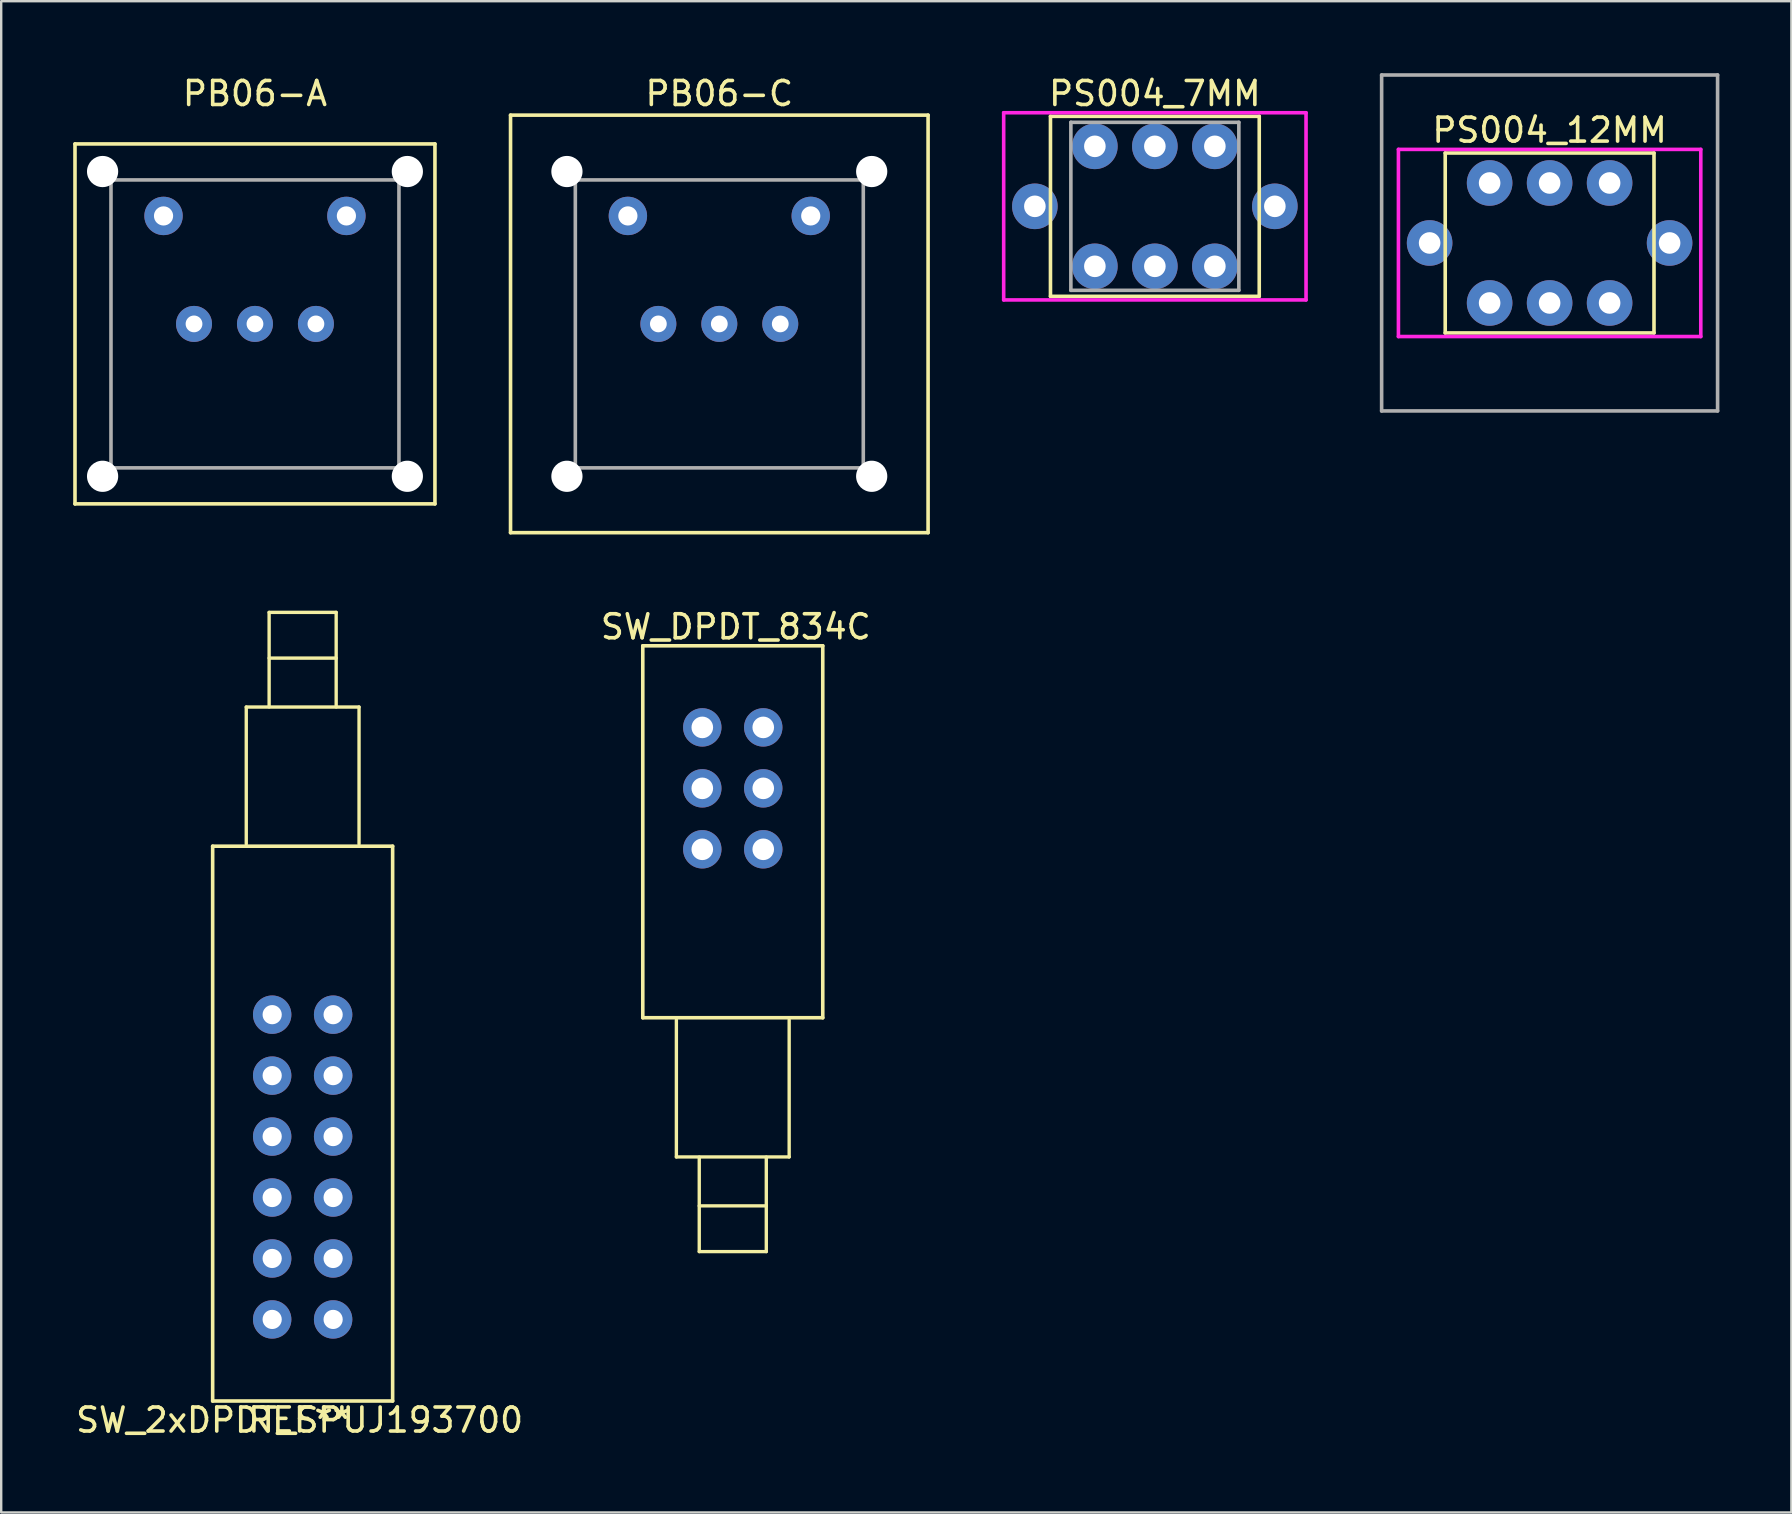
<source format=kicad_pcb>
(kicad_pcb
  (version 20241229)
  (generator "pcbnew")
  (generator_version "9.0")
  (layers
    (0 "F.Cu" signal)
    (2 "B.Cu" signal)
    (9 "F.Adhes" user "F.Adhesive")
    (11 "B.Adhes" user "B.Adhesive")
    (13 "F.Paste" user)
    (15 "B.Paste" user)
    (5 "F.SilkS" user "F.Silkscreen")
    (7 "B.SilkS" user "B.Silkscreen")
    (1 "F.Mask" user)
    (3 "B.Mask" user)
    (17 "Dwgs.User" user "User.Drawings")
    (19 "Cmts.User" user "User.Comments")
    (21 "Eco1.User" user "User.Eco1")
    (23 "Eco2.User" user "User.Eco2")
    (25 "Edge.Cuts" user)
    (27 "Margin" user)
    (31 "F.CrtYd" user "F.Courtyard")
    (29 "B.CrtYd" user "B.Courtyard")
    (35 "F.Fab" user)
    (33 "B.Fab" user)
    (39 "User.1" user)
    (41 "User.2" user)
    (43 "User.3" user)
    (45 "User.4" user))
  (footprint "PB06-C"
    (layer "F.Cu")
    (at 26.925 10.448)
    (property "Reference" "PB06-C" (at 0 -9.6 0) (layer "F.SilkS") (effects (font (size 1 1) (thickness 0.15))))
    (attr through_hole)
    (fp_line (start -8.7 -8.7) (end -8.7 8.7) (stroke (width 0.15) (type solid)) (layer "F.SilkS"))
    (fp_line (start -8.7 8.7) (end 8.7 8.7) (stroke (width 0.15) (type solid)) (layer "F.SilkS"))
    (fp_line (start 8.7 -8.7) (end -8.7 -8.7) (stroke (width 0.15) (type solid)) (layer "F.SilkS"))
    (fp_line (start 8.7 8.7) (end 8.7 -8.7) (stroke (width 0.15) (type solid)) (layer "F.SilkS"))
    (fp_line (start -6 -6) (end 6 -6) (stroke (width 0.15) (type solid)) (layer "F.Fab"))
    (fp_line (start -6 6) (end -6 -6) (stroke (width 0.15) (type solid)) (layer "F.Fab"))
    (fp_line (start 6 -6) (end 6 6) (stroke (width 0.15) (type solid)) (layer "F.Fab"))
    (fp_line (start 6 6) (end -6 6) (stroke (width 0.15) (type solid)) (layer "F.Fab"))
    (pad "" np_thru_hole circle (at -6.35 -6.35) (size 1.3 1.3) (drill 1.3) (layers "*.Cu" "*.Mask"))
    (pad "" np_thru_hole circle (at -6.35 6.35) (size 1.3 1.3) (drill 1.3) (layers "*.Cu" "*.Mask"))
    (pad "" np_thru_hole circle (at 6.35 -6.35) (size 1.3 1.3) (drill 1.3) (layers "*.Cu" "*.Mask"))
    (pad "" np_thru_hole circle (at 6.35 6.35) (size 1.3 1.3) (drill 1.3) (layers "*.Cu" "*.Mask"))
    (pad "1" thru_hole circle (at -3.81 -4.5) (size 1.6 1.6) (drill 0.8) (layers "*.Cu" "*.Mask"))
    (pad "2" thru_hole circle (at 3.81 -4.5) (size 1.6 1.6) (drill 0.8) (layers "*.Cu" "*.Mask"))
    (pad "3" thru_hole circle (at -2.54 0) (size 1.5 1.5) (drill 0.7) (layers "*.Cu" "*.Mask"))
    (pad "4" thru_hole circle (at 0 0) (size 1.5 1.5) (drill 0.7) (layers "*.Cu" "*.Mask"))
    (pad "5" thru_hole circle (at 2.54 0) (size 1.5 1.5) (drill 0.7) (layers "*.Cu" "*.Mask")))
  (footprint "SW_2xDPDT_SPUJ193700"
    (layer "F.Cu")
    (at 9.562 22.473)
    (property "Reference" "SW_2xDPDT_SPUJ193700" (at -0.127 33.655 180) (layer "F.SilkS") (effects (font (size 1 1) (thickness 0.15))))
    (attr through_hole)
    (fp_line (start -3.75 9.74) (end -3.75 32.86) (stroke (width 0.15) (type solid)) (layer "F.SilkS"))
    (fp_line (start -3.75 32.86) (end 3.75 32.86) (stroke (width 0.15) (type solid)) (layer "F.SilkS"))
    (fp_line (start -2.35 3.94) (end -2.35 9.648) (stroke (width 0.14) (type solid)) (layer "F.SilkS"))
    (fp_line (start -1.397 -0.004) (end -1.397 3.933) (stroke (width 0.14) (type solid)) (layer "F.SilkS"))
    (fp_line (start 1.397 -0.004) (end -1.397 -0.004) (stroke (width 0.14) (type solid)) (layer "F.SilkS"))
    (fp_line (start 1.397 1.901) (end -1.397 1.901) (stroke (width 0.14) (type solid)) (layer "F.SilkS"))
    (fp_line (start 1.397 3.933) (end 1.397 -0.004) (stroke (width 0.14) (type solid)) (layer "F.SilkS"))
    (fp_line (start 2.35 3.94) (end -2.35 3.94) (stroke (width 0.14) (type solid)) (layer "F.SilkS"))
    (fp_line (start 2.35 9.648) (end 2.35 3.94) (stroke (width 0.14) (type solid)) (layer "F.SilkS"))
    (fp_line (start 3.75 9.74) (end -3.75 9.74) (stroke (width 0.15) (type solid)) (layer "F.SilkS"))
    (fp_line (start 3.75 32.86) (end 3.75 9.74) (stroke (width 0.15) (type solid)) (layer "F.SilkS"))
    (fp_text user "REF**" (at -0.127 33.651 180) (layer "F.SilkS") (effects (font (size 1 1) (thickness 0.15))))
    (pad "1" thru_hole circle (at 1.27 16.76 180) (size 1.6 1.6) (drill 0.8) (layers "*.Cu" "*.Mask"))
    (pad "2" thru_hole circle (at 1.27 19.3 180) (size 1.6 1.6) (drill 0.8) (layers "*.Cu" "*.Mask"))
    (pad "3" thru_hole circle (at 1.27 21.84 180) (size 1.6 1.6) (drill 0.8) (layers "*.Cu" "*.Mask"))
    (pad "4" thru_hole circle (at 1.27 24.38 180) (size 1.6 1.6) (drill 0.8) (layers "*.Cu" "*.Mask"))
    (pad "5" thru_hole circle (at 1.27 26.92 180) (size 1.6 1.6) (drill 0.8) (layers "*.Cu" "*.Mask"))
    (pad "6" thru_hole circle (at 1.27 29.46 180) (size 1.6 1.6) (drill 0.8) (layers "*.Cu" "*.Mask"))
    (pad "7" thru_hole circle (at -1.27 16.76 180) (size 1.6 1.6) (drill 0.8) (layers "*.Cu" "*.Mask"))
    (pad "8" thru_hole circle (at -1.27 19.3 180) (size 1.6 1.6) (drill 0.8) (layers "*.Cu" "*.Mask"))
    (pad "9" thru_hole circle (at -1.27 21.84 180) (size 1.6 1.6) (drill 0.8) (layers "*.Cu" "*.Mask"))
    (pad "10" thru_hole circle (at -1.27 24.38 180) (size 1.6 1.6) (drill 0.8) (layers "*.Cu" "*.Mask"))
    (pad "11" thru_hole circle (at -1.27 26.92 180) (size 1.6 1.6) (drill 0.8) (layers "*.Cu" "*.Mask"))
    (pad "12" thru_hole circle (at -1.27 29.46 180) (size 1.6 1.6) (drill 0.8) (layers "*.Cu" "*.Mask")))
  (footprint "PS004_7MM"
    (layer "F.Cu")
    (at 45.075 5.548)
    (property "Reference" "PS004_7MM" (at 0 -4.7 0) (layer "F.SilkS") (effects (font (size 1 1) (thickness 0.15))))
    (attr through_hole)
    (fp_line (start -4.35 -3.75) (end 4.35 -3.75) (stroke (width 0.15) (type solid)) (layer "F.SilkS"))
    (fp_line (start -4.35 3.75) (end -4.35 -3.75) (stroke (width 0.15) (type solid)) (layer "F.SilkS"))
    (fp_line (start 4.35 -3.75) (end 4.35 3.75) (stroke (width 0.15) (type solid)) (layer "F.SilkS"))
    (fp_line (start 4.35 3.75) (end -4.35 3.75) (stroke (width 0.15) (type solid)) (layer "F.SilkS"))
    (fp_line (start -6.3 -3.9) (end -6.3 3.9) (stroke (width 0.15) (type solid)) (layer "F.CrtYd"))
    (fp_line (start -6.3 3.9) (end 6.3 3.9) (stroke (width 0.15) (type solid)) (layer "F.CrtYd"))
    (fp_line (start 6.3 -3.9) (end -6.3 -3.9) (stroke (width 0.15) (type solid)) (layer "F.CrtYd"))
    (fp_line (start 6.3 3.9) (end 6.3 -3.9) (stroke (width 0.15) (type solid)) (layer "F.CrtYd"))
    (fp_line (start -3.5 -3.5) (end -3.5 3.5) (stroke (width 0.15) (type solid)) (layer "F.Fab"))
    (fp_line (start -3.5 3.5) (end 3.5 3.5) (stroke (width 0.15) (type solid)) (layer "F.Fab"))
    (fp_line (start 3.5 -3.5) (end -3.5 -3.5) (stroke (width 0.15) (type solid)) (layer "F.Fab"))
    (fp_line (start 3.5 3.5) (end 3.5 -3.5) (stroke (width 0.15) (type solid)) (layer "F.Fab"))
    (pad "1" thru_hole circle (at -2.5 -2.5) (size 1.9 1.9) (drill 0.9) (layers "*.Cu" "*.Mask"))
    (pad "2" thru_hole circle (at 0 -2.5) (size 1.9 1.9) (drill 0.9) (layers "*.Cu" "*.Mask"))
    (pad "3" thru_hole circle (at 2.5 -2.5) (size 1.9 1.9) (drill 0.9) (layers "*.Cu" "*.Mask"))
    (pad "4" thru_hole circle (at -2.5 2.5) (size 1.9 1.9) (drill 0.9) (layers "*.Cu" "*.Mask"))
    (pad "5" thru_hole circle (at 0 2.5) (size 1.9 1.9) (drill 0.9) (layers "*.Cu" "*.Mask"))
    (pad "6" thru_hole circle (at 2.5 2.5) (size 1.9 1.9) (drill 0.9) (layers "*.Cu" "*.Mask"))
    (pad "7" thru_hole circle (at -5 0) (size 1.9 1.9) (drill 0.9) (layers "*.Cu" "*.Mask"))
    (pad "8" thru_hole circle (at 5 0) (size 1.9 1.9) (drill 0.9) (layers "*.Cu" "*.Mask")))
  (footprint "PB06-A"
    (layer "F.Cu")
    (at 7.575 10.448)
    (property "Reference" "PB06-A" (at 0 -9.6 0) (layer "F.SilkS") (effects (font (size 1 1) (thickness 0.15))))
    (attr through_hole)
    (fp_line (start -7.5 -7.5) (end -7.5 7.5) (stroke (width 0.15) (type solid)) (layer "F.SilkS"))
    (fp_line (start -7.5 7.5) (end 7.5 7.5) (stroke (width 0.15) (type solid)) (layer "F.SilkS"))
    (fp_line (start 7.5 -7.5) (end -7.5 -7.5) (stroke (width 0.15) (type solid)) (layer "F.SilkS"))
    (fp_line (start 7.5 7.5) (end 7.5 -7.5) (stroke (width 0.15) (type solid)) (layer "F.SilkS"))
    (fp_line (start -6 -6) (end 6 -6) (stroke (width 0.15) (type solid)) (layer "F.Fab"))
    (fp_line (start -6 6) (end -6 -6) (stroke (width 0.15) (type solid)) (layer "F.Fab"))
    (fp_line (start 6 -6) (end 6 6) (stroke (width 0.15) (type solid)) (layer "F.Fab"))
    (fp_line (start 6 6) (end -6 6) (stroke (width 0.15) (type solid)) (layer "F.Fab"))
    (pad "" np_thru_hole circle (at -6.35 -6.35) (size 1.3 1.3) (drill 1.3) (layers "*.Cu" "*.Mask"))
    (pad "" np_thru_hole circle (at -6.35 6.35) (size 1.3 1.3) (drill 1.3) (layers "*.Cu" "*.Mask"))
    (pad "" np_thru_hole circle (at 6.35 -6.35) (size 1.3 1.3) (drill 1.3) (layers "*.Cu" "*.Mask"))
    (pad "" np_thru_hole circle (at 6.35 6.35) (size 1.3 1.3) (drill 1.3) (layers "*.Cu" "*.Mask"))
    (pad "1" thru_hole circle (at -3.81 -4.5) (size 1.6 1.6) (drill 0.8) (layers "*.Cu" "*.Mask"))
    (pad "2" thru_hole circle (at 3.81 -4.5) (size 1.6 1.6) (drill 0.8) (layers "*.Cu" "*.Mask"))
    (pad "3" thru_hole circle (at -2.54 0) (size 1.5 1.5) (drill 0.7) (layers "*.Cu" "*.Mask"))
    (pad "4" thru_hole circle (at 0 0) (size 1.5 1.5) (drill 0.7) (layers "*.Cu" "*.Mask"))
    (pad "5" thru_hole circle (at 2.54 0) (size 1.5 1.5) (drill 0.7) (layers "*.Cu" "*.Mask")))
  (footprint "PS004_12MM"
    (layer "F.Cu")
    (at 61.525 7.075)
    (property "Reference" "PS004_12MM" (at 0 -4.7 0) (layer "F.SilkS") (effects (font (size 1 1) (thickness 0.15))))
    (attr through_hole)
    (fp_line (start -4.35 -3.75) (end 4.35 -3.75) (stroke (width 0.15) (type solid)) (layer "F.SilkS"))
    (fp_line (start -4.35 3.75) (end -4.35 -3.75) (stroke (width 0.15) (type solid)) (layer "F.SilkS"))
    (fp_line (start 4.35 -3.75) (end 4.35 3.75) (stroke (width 0.15) (type solid)) (layer "F.SilkS"))
    (fp_line (start 4.35 3.75) (end -4.35 3.75) (stroke (width 0.15) (type solid)) (layer "F.SilkS"))
    (fp_line (start -6.3 -3.9) (end -6.3 3.9) (stroke (width 0.15) (type solid)) (layer "F.CrtYd"))
    (fp_line (start -6.3 3.9) (end 6.3 3.9) (stroke (width 0.15) (type solid)) (layer "F.CrtYd"))
    (fp_line (start 6.3 -3.9) (end -6.3 -3.9) (stroke (width 0.15) (type solid)) (layer "F.CrtYd"))
    (fp_line (start 6.3 3.9) (end 6.3 -3.9) (stroke (width 0.15) (type solid)) (layer "F.CrtYd"))
    (fp_line (start -7 -7) (end -7 7) (stroke (width 0.15) (type solid)) (layer "F.Fab"))
    (fp_line (start -7 7) (end 7 7) (stroke (width 0.15) (type solid)) (layer "F.Fab"))
    (fp_line (start 7 -7) (end -7 -7) (stroke (width 0.15) (type solid)) (layer "F.Fab"))
    (fp_line (start 7 7) (end 7 -7) (stroke (width 0.15) (type solid)) (layer "F.Fab"))
    (pad "1" thru_hole circle (at -2.5 -2.5) (size 1.9 1.9) (drill 0.9) (layers "*.Cu" "*.Mask"))
    (pad "2" thru_hole circle (at 0 -2.5) (size 1.9 1.9) (drill 0.9) (layers "*.Cu" "*.Mask"))
    (pad "3" thru_hole circle (at 2.5 -2.5) (size 1.9 1.9) (drill 0.9) (layers "*.Cu" "*.Mask"))
    (pad "4" thru_hole circle (at -2.5 2.5) (size 1.9 1.9) (drill 0.9) (layers "*.Cu" "*.Mask"))
    (pad "5" thru_hole circle (at 0 2.5) (size 1.9 1.9) (drill 0.9) (layers "*.Cu" "*.Mask"))
    (pad "6" thru_hole circle (at 2.5 2.5) (size 1.9 1.9) (drill 0.9) (layers "*.Cu" "*.Mask"))
    (pad "7" thru_hole circle (at -5 0) (size 1.9 1.9) (drill 0.9) (layers "*.Cu" "*.Mask"))
    (pad "8" thru_hole circle (at 5 0) (size 1.9 1.9) (drill 0.9) (layers "*.Cu" "*.Mask")))
  (footprint "SW_DPDT_834C"
    (layer "F.Cu")
    (at 27.486 29.802)
    (property "Reference" "SW_DPDT_834C" (at 0.127 -6.731 0) (layer "F.SilkS") (effects (font (size 1 1) (thickness 0.15))))
    (attr through_hole)
    (fp_line (start -3.75 -5.94) (end -3.75 9.56) (stroke (width 0.15) (type solid)) (layer "F.SilkS"))
    (fp_line (start -3.75 9.56) (end 3.75 9.56) (stroke (width 0.15) (type solid)) (layer "F.SilkS"))
    (fp_line (start -2.35 9.652) (end -2.35 15.36) (stroke (width 0.14) (type solid)) (layer "F.SilkS"))
    (fp_line (start -2.35 15.36) (end 2.35 15.36) (stroke (width 0.14) (type solid)) (layer "F.SilkS"))
    (fp_line (start -1.397 15.367) (end -1.397 19.304) (stroke (width 0.14) (type solid)) (layer "F.SilkS"))
    (fp_line (start -1.397 17.399) (end 1.397 17.399) (stroke (width 0.14) (type solid)) (layer "F.SilkS"))
    (fp_line (start -1.397 19.304) (end 1.397 19.304) (stroke (width 0.14) (type solid)) (layer "F.SilkS"))
    (fp_line (start 1.397 19.304) (end 1.397 15.367) (stroke (width 0.14) (type solid)) (layer "F.SilkS"))
    (fp_line (start 2.35 15.36) (end 2.35 9.652) (stroke (width 0.14) (type solid)) (layer "F.SilkS"))
    (fp_line (start 3.75 -5.94) (end -3.75 -5.94) (stroke (width 0.15) (type solid)) (layer "F.SilkS"))
    (fp_line (start 3.75 9.56) (end 3.75 -5.94) (stroke (width 0.15) (type solid)) (layer "F.SilkS"))
    (pad "1" thru_hole circle (at -1.27 -2.54) (size 1.6 1.6) (drill 0.9) (layers "*.Cu" "*.Mask"))
    (pad "2" thru_hole circle (at -1.27 0) (size 1.6 1.6) (drill 0.9) (layers "*.Cu" "*.Mask"))
    (pad "3" thru_hole circle (at -1.27 2.54) (size 1.6 1.6) (drill 0.9) (layers "*.Cu" "*.Mask"))
    (pad "4" thru_hole circle (at 1.27 -2.54) (size 1.6 1.6) (drill 0.9) (layers "*.Cu" "*.Mask"))
    (pad "5" thru_hole circle (at 1.27 0) (size 1.6 1.6) (drill 0.9) (layers "*.Cu" "*.Mask"))
    (pad "6" thru_hole circle (at 1.27 2.54) (size 1.6 1.6) (drill 0.9) (layers "*.Cu" "*.Mask")))
  (gr_rect
    (start -3 -3)
    (end 71.6 59.977)
    (stroke (width 0.1) (type default))
    (fill no)
    (layer "Edge.Cuts")))
</source>
